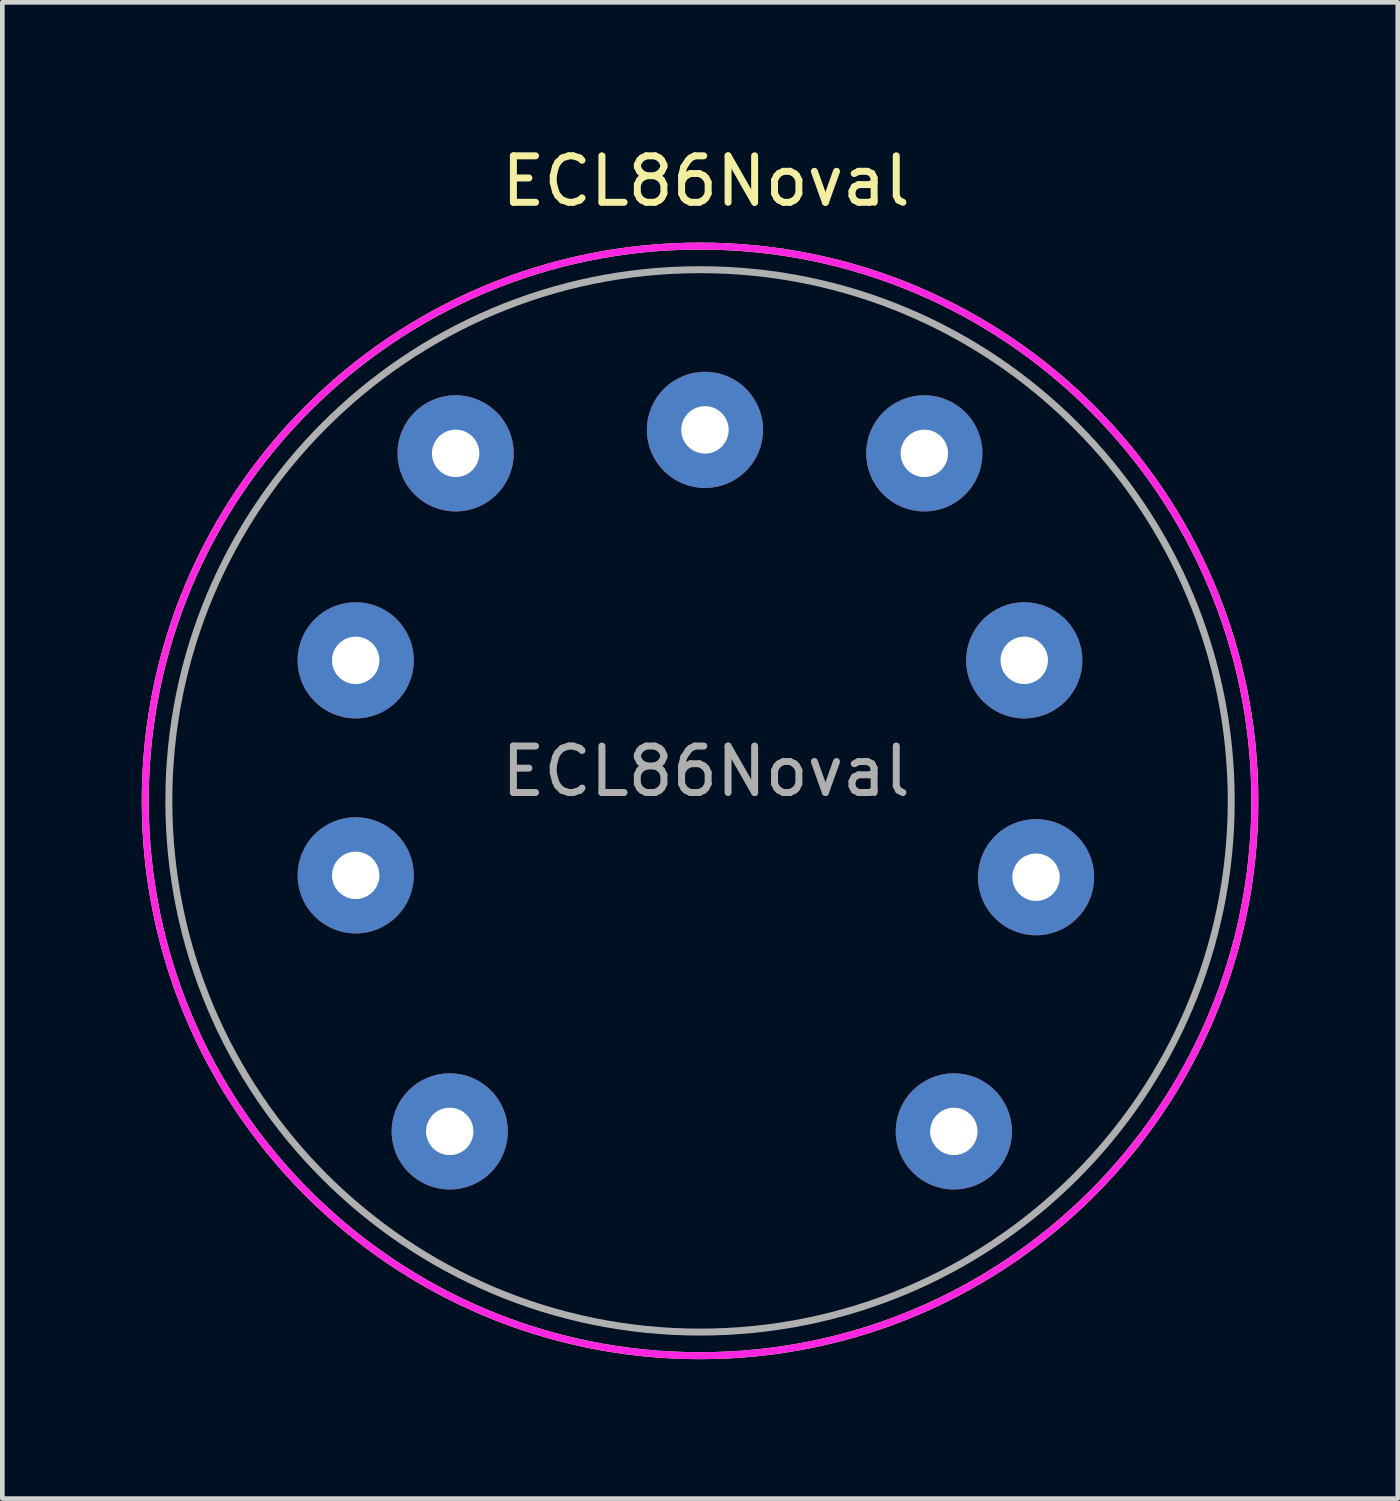
<source format=kicad_pcb>
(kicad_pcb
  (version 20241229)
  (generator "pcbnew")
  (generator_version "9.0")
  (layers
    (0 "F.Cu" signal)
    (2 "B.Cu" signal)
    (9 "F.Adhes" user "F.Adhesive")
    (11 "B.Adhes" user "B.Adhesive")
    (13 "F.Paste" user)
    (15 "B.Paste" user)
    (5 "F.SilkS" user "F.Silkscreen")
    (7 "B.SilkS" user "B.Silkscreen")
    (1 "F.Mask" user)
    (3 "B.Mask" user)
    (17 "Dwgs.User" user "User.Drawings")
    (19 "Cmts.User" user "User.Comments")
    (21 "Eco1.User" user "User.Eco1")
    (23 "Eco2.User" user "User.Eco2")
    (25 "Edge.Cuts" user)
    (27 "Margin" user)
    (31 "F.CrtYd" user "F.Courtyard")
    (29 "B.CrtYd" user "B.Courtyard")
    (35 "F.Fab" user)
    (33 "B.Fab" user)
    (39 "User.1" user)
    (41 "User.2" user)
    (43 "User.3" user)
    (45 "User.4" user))
  (footprint "ECL86Noval"
    (layer "F.Cu")
    (at 12.14 13.548)
    (property "Reference" "ECL86Noval" (at 0 -12.7 0) (layer "F.SilkS") (effects (font (size 1 1) (thickness 0.15))))
    (attr through_hole)
    (fp_circle (center -0.127 0.635) (end -0.127 -11.303) (stroke (width 0.15) (type solid)) (fill no) (layer "F.SilkS"))
    (fp_circle (center -0.127 0.635) (end -0.127 -11.303) (stroke (width 0.15) (type solid)) (fill no) (layer "F.CrtYd"))
    (fp_circle (center -0.127 0.635) (end -11.557 0.635) (stroke (width 0.15) (type solid)) (fill no) (layer "F.Fab"))
    (fp_text user "${REFERENCE}" (at 0 0 0) (layer "F.Fab") (effects (font (size 1 1) (thickness 0.15))))
    (pad "1" thru_hole circle (at 5.334 7.747) (size 2.5 2.5) (drill 1.02) (layers "*.Cu" "*.Mask"))
    (pad "2" thru_hole circle (at 7.103 2.277) (size 2.5 2.5) (drill 1.02) (layers "*.Cu" "*.Mask"))
    (pad "3" thru_hole circle (at 6.849 -2.389) (size 2.5 2.5) (drill 1.02) (layers "*.Cu" "*.Mask"))
    (pad "4" thru_hole circle (at 4.699 -6.843) (size 2.5 2.5) (drill 1.02) (layers "*.Cu" "*.Mask"))
    (pad "5" thru_hole circle (at -0.021 -7.348) (size 2.5 2.5) (drill 1.02) (layers "*.Cu" "*.Mask"))
    (pad "6" thru_hole circle (at -5.386 -6.843) (size 2.5 2.5) (drill 1.02) (layers "*.Cu" "*.Mask"))
    (pad "7" thru_hole circle (at -7.536 -2.389) (size 2.5 2.5) (drill 1.02) (layers "*.Cu" "*.Mask"))
    (pad "8" thru_hole circle (at -7.536 2.237) (size 2.5 2.5) (drill 1.02) (layers "*.Cu" "*.Mask"))
    (pad "9" thru_hole circle (at -5.513 7.747) (size 2.5 2.5) (drill 1.02) (layers "*.Cu" "*.Mask")))
  (gr_rect
    (start -3 -3)
    (end 27.026 29.196)
    (stroke (width 0.1) (type default))
    (fill no)
    (layer "Edge.Cuts")))
</source>
